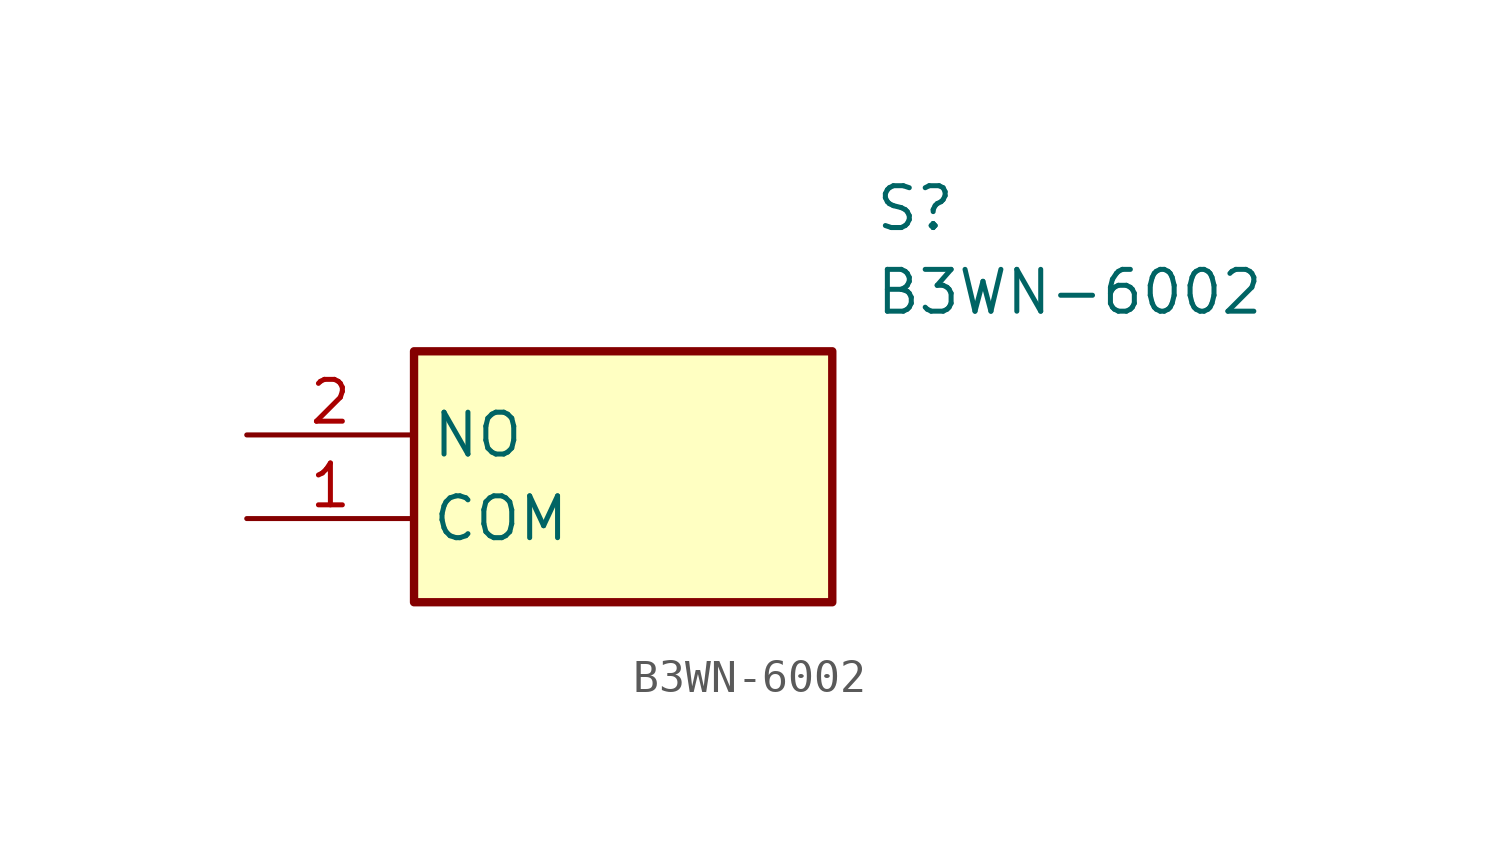
<source format=kicad_sym>
(kicad_symbol_lib
  (version 20211014)
  (generator SamacSys_ECAD_Model)
  (symbol "B3WN-6002"
    (property "Reference" "S"
      (at 19.05 7.62 0)
      (effects (font (size 1.27 1.27)) (justify left top)))
    (property "Value" "B3WN-6002"
      (at 19.05 5.08 0)
      (effects (font (size 1.27 1.27)) (justify left top)))
    (rectangle
      (start 5.08 2.54)
      (end 17.78 -5.08)
      (stroke (width 0.254) (type default))
      (fill (type background)))
    (pin passive line
      (at 0 -2.54 0)
      (length 5.08)
      (name "COM" (effects (font (size 1.27 1.27))))
      (number "1" (effects (font (size 1.27 1.27)))))
    (pin passive line
      (at 0 0 0)
      (length 5.08)
      (name "NO" (effects (font (size 1.27 1.27))))
      (number "2" (effects (font (size 1.27 1.27)))))))
</source>
